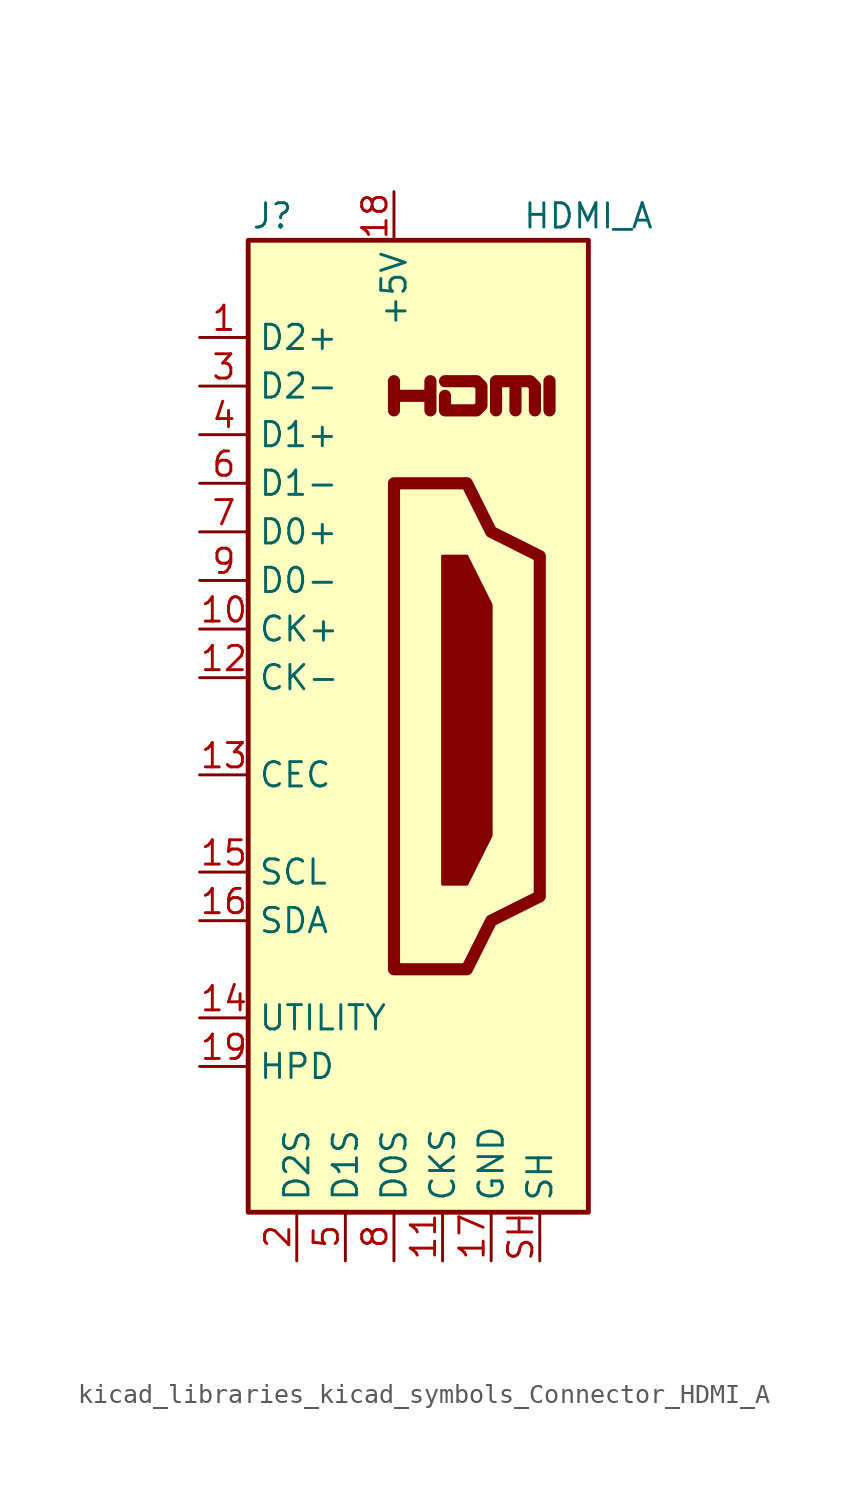
<source format=kicad_sym>
(kicad_symbol_lib
  (version 20220914)
  (generator kicad_symbol_editor)
  (symbol "kicad_libraries_kicad_symbols_Connector_HDMI_A"
    (property "Reference" "J"
      (at -6.35 26.67 0)
      (effects (font (size 1.27 1.27))))
    (property "Value" "HDMI_A"
      (at 10.16 26.67 0)
      (effects (font (size 1.27 1.27))))
    (symbol "kicad_libraries_kicad_symbols_Connector_HDMI_A_0_0"
      (polyline (pts (xy 8.128 16.51) (xy 8.128 18.034)) (stroke (width 0.635) (type default)) (fill (type none)))
      (polyline (pts (xy 0 16.51) (xy 0 18.034) (xy 0 17.272) (xy 1.905 17.272) (xy 1.905 18.034) (xy 1.905 16.51)) (stroke (width 0.635) (type default)) (fill (type none)))
      (polyline (pts (xy 2.667 18.034) (xy 4.318 18.034) (xy 4.572 17.78) (xy 4.572 16.764) (xy 4.318 16.51) (xy 2.667 16.51) (xy 2.667 17.272)) (stroke (width 0.635) (type default)) (fill (type none))))
    (symbol "kicad_libraries_kicad_symbols_Connector_HDMI_A_0_1"
      (rectangle (start -7.62 25.4) (end 10.16 -25.4) (stroke (width 0.254) (type default)) (fill (type background)))
      (polyline (pts (xy 2.54 8.89) (xy 3.81 8.89) (xy 5.08 6.35) (xy 5.08 -5.715) (xy 3.81 -8.255) (xy 2.54 -8.255) (xy 2.54 8.89)) (stroke (width 0) (type default)) (fill (type outline)))
      (polyline (pts (xy 5.334 16.51) (xy 5.334 18.034) (xy 6.35 18.034) (xy 6.35 16.51) (xy 6.35 18.034) (xy 7.112 18.034) (xy 7.366 17.78) (xy 7.366 16.51)) (stroke (width 0.635) (type default)) (fill (type none)))
      (polyline (pts (xy 0 12.7) (xy 0 -12.7) (xy 3.81 -12.7) (xy 5.08 -10.16) (xy 7.62 -8.89) (xy 7.62 8.89) (xy 5.08 10.16) (xy 3.81 12.7) (xy 0 12.7)) (stroke (width 0.635) (type default)) (fill (type none))))
    (symbol "kicad_libraries_kicad_symbols_Connector_HDMI_A_1_1"
      (pin passive line (at -10.16 20.32 0) (length 2.54) (name "D2+" (effects (font (size 1.27 1.27)))) (number "1" (effects (font (size 1.27 1.27)))))
      (pin passive line (at -10.16 5.08 0) (length 2.54) (name "CK+" (effects (font (size 1.27 1.27)))) (number "10" (effects (font (size 1.27 1.27)))))
      (pin power_in line (at 2.54 -27.94 90) (length 2.54) (name "CKS" (effects (font (size 1.27 1.27)))) (number "11" (effects (font (size 1.27 1.27)))))
      (pin passive line (at -10.16 2.54 0) (length 2.54) (name "CK-" (effects (font (size 1.27 1.27)))) (number "12" (effects (font (size 1.27 1.27)))))
      (pin bidirectional line (at -10.16 -2.54 0) (length 2.54) (name "CEC" (effects (font (size 1.27 1.27)))) (number "13" (effects (font (size 1.27 1.27)))))
      (pin passive line (at -10.16 -15.24 0) (length 2.54) (name "UTILITY" (effects (font (size 1.27 1.27)))) (number "14" (effects (font (size 1.27 1.27)))))
      (pin passive line (at -10.16 -7.62 0) (length 2.54) (name "SCL" (effects (font (size 1.27 1.27)))) (number "15" (effects (font (size 1.27 1.27)))))
      (pin bidirectional line (at -10.16 -10.16 0) (length 2.54) (name "SDA" (effects (font (size 1.27 1.27)))) (number "16" (effects (font (size 1.27 1.27)))))
      (pin power_in line (at 5.08 -27.94 90) (length 2.54) (name "GND" (effects (font (size 1.27 1.27)))) (number "17" (effects (font (size 1.27 1.27)))))
      (pin power_in line (at 0 27.94 270) (length 2.54) (name "+5V" (effects (font (size 1.27 1.27)))) (number "18" (effects (font (size 1.27 1.27)))))
      (pin passive line (at -10.16 -17.78 0) (length 2.54) (name "HPD" (effects (font (size 1.27 1.27)))) (number "19" (effects (font (size 1.27 1.27)))))
      (pin power_in line (at -5.08 -27.94 90) (length 2.54) (name "D2S" (effects (font (size 1.27 1.27)))) (number "2" (effects (font (size 1.27 1.27)))))
      (pin passive line (at -10.16 17.78 0) (length 2.54) (name "D2-" (effects (font (size 1.27 1.27)))) (number "3" (effects (font (size 1.27 1.27)))))
      (pin passive line (at -10.16 15.24 0) (length 2.54) (name "D1+" (effects (font (size 1.27 1.27)))) (number "4" (effects (font (size 1.27 1.27)))))
      (pin power_in line (at -2.54 -27.94 90) (length 2.54) (name "D1S" (effects (font (size 1.27 1.27)))) (number "5" (effects (font (size 1.27 1.27)))))
      (pin passive line (at -10.16 12.7 0) (length 2.54) (name "D1-" (effects (font (size 1.27 1.27)))) (number "6" (effects (font (size 1.27 1.27)))))
      (pin passive line (at -10.16 10.16 0) (length 2.54) (name "D0+" (effects (font (size 1.27 1.27)))) (number "7" (effects (font (size 1.27 1.27)))))
      (pin power_in line (at 0 -27.94 90) (length 2.54) (name "D0S" (effects (font (size 1.27 1.27)))) (number "8" (effects (font (size 1.27 1.27)))))
      (pin passive line (at -10.16 7.62 0) (length 2.54) (name "D0-" (effects (font (size 1.27 1.27)))) (number "9" (effects (font (size 1.27 1.27)))))
      (pin passive line (at 7.62 -27.94 90) (length 2.54) (name "SH" (effects (font (size 1.27 1.27)))) (number "SH" (effects (font (size 1.27 1.27))))))))
</source>
